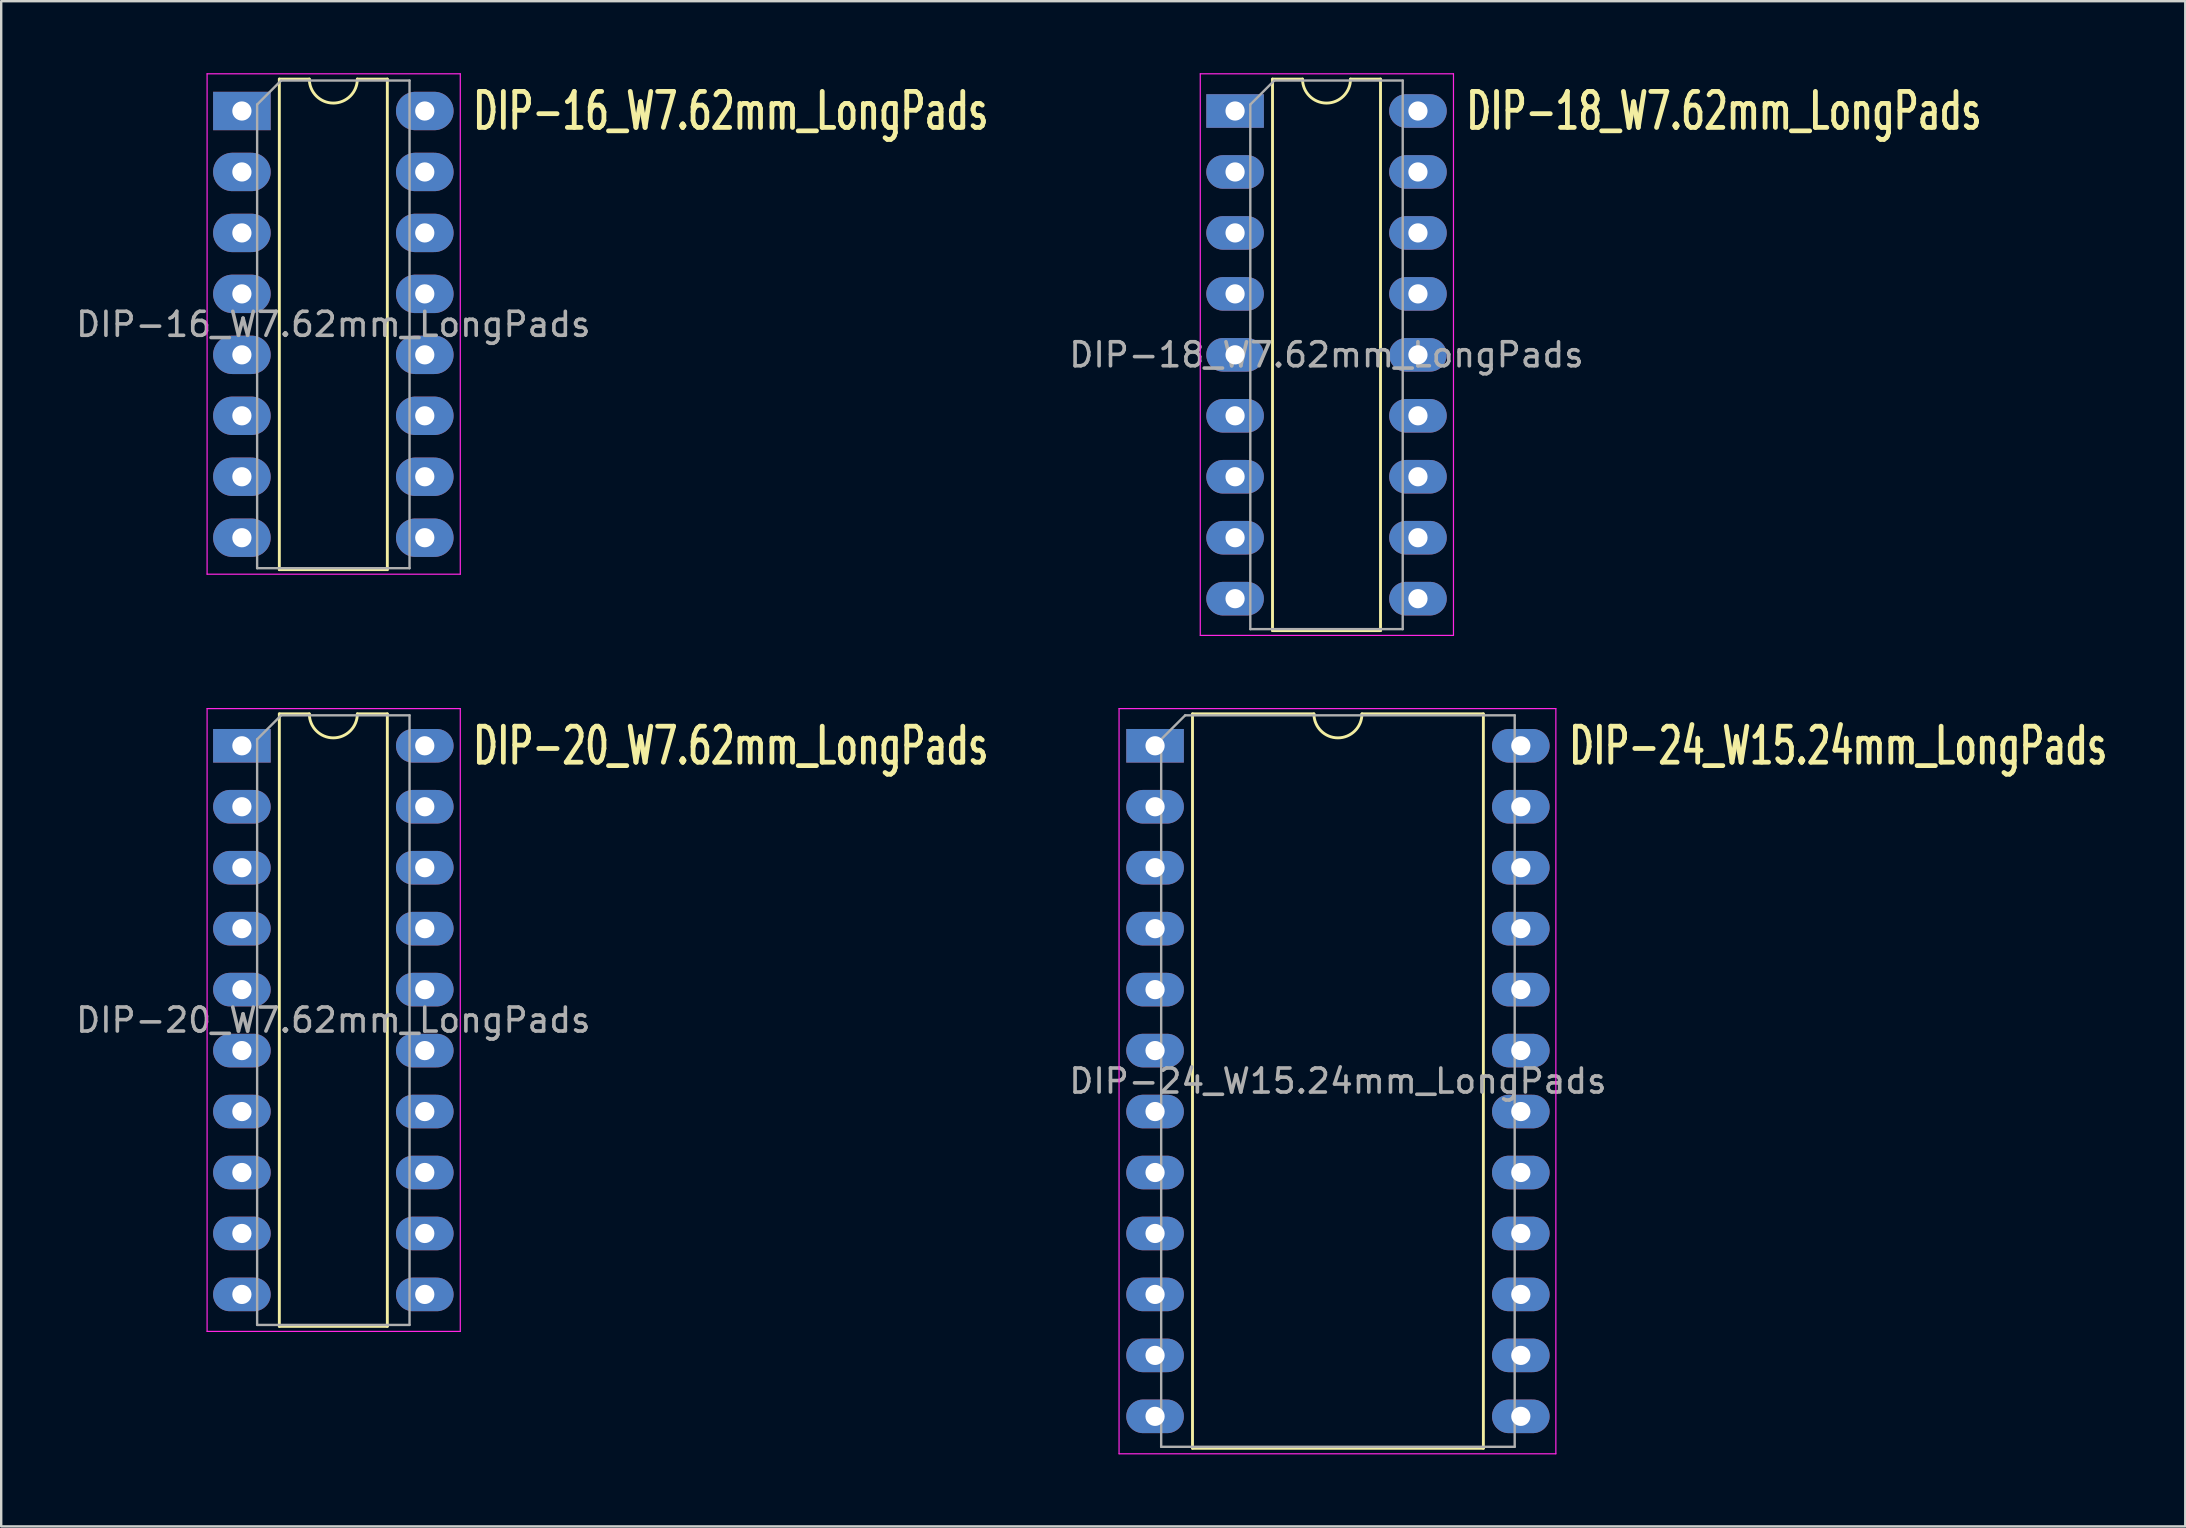
<source format=kicad_pcb>
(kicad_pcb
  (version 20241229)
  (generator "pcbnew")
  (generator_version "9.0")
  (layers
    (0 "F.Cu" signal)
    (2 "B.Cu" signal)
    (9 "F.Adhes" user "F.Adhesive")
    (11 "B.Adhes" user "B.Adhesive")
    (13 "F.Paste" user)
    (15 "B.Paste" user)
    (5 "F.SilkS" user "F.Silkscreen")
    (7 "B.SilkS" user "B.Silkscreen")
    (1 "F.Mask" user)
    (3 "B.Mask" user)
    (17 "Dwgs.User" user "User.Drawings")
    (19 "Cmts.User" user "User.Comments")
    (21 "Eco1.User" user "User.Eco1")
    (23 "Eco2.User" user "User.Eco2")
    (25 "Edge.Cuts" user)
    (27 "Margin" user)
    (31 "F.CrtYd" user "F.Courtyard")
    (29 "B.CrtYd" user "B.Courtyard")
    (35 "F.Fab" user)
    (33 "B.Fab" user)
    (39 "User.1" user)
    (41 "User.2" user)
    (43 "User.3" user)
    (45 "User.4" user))
  (footprint "DIP-20_W7.62mm_LongPads"
    (layer "F.Cu")
    (at 7.029 28.025)
    (property "Reference" "DIP-20_W7.62mm_LongPads" (at 9.525 0 0) (layer "F.SilkS") (effects (font (size 1.5 1) (thickness 0.2)) (justify left)))
    (attr through_hole)
    (fp_line (start 1.56 -1.33) (end 1.56 24.19) (stroke (width 0.12) (type solid)) (layer "F.SilkS"))
    (fp_line (start 1.56 24.19) (end 6.06 24.19) (stroke (width 0.12) (type solid)) (layer "F.SilkS"))
    (fp_line (start 2.81 -1.33) (end 1.56 -1.33) (stroke (width 0.12) (type solid)) (layer "F.SilkS"))
    (fp_line (start 6.06 -1.33) (end 4.81 -1.33) (stroke (width 0.12) (type solid)) (layer "F.SilkS"))
    (fp_line (start 6.06 24.19) (end 6.06 -1.33) (stroke (width 0.12) (type solid)) (layer "F.SilkS"))
    (fp_arc (start 4.81 -1.33) (mid 3.81 -0.33) (end 2.81 -1.33) (stroke (width 0.12) (type solid)) (layer "F.SilkS"))
    (fp_line (start -1.45 -1.55) (end -1.45 24.4) (stroke (width 0.05) (type solid)) (layer "F.CrtYd"))
    (fp_line (start -1.45 24.4) (end 9.1 24.4) (stroke (width 0.05) (type solid)) (layer "F.CrtYd"))
    (fp_line (start 9.1 -1.55) (end -1.45 -1.55) (stroke (width 0.05) (type solid)) (layer "F.CrtYd"))
    (fp_line (start 9.1 24.4) (end 9.1 -1.55) (stroke (width 0.05) (type solid)) (layer "F.CrtYd"))
    (fp_line (start 0.635 -0.27) (end 1.635 -1.27) (stroke (width 0.1) (type solid)) (layer "F.Fab"))
    (fp_line (start 0.635 24.13) (end 0.635 -0.27) (stroke (width 0.1) (type solid)) (layer "F.Fab"))
    (fp_line (start 1.635 -1.27) (end 6.985 -1.27) (stroke (width 0.1) (type solid)) (layer "F.Fab"))
    (fp_line (start 6.985 -1.27) (end 6.985 24.13) (stroke (width 0.1) (type solid)) (layer "F.Fab"))
    (fp_line (start 6.985 24.13) (end 0.635 24.13) (stroke (width 0.1) (type solid)) (layer "F.Fab"))
    (fp_text user "${REFERENCE}" (at 3.81 11.43 0) (layer "F.Fab") (effects (font (size 1 1) (thickness 0.15))))
    (pad "1" thru_hole rect (at 0 0) (size 2.4 1.4) (drill 0.8) (layers "*.Cu" "*.Mask"))
    (pad "2" thru_hole oval (at 0 2.54) (size 2.4 1.4) (drill 0.8) (layers "*.Cu" "*.Mask"))
    (pad "3" thru_hole oval (at 0 5.08) (size 2.4 1.4) (drill 0.8) (layers "*.Cu" "*.Mask"))
    (pad "4" thru_hole oval (at 0 7.62) (size 2.4 1.4) (drill 0.8) (layers "*.Cu" "*.Mask"))
    (pad "5" thru_hole oval (at 0 10.16) (size 2.4 1.4) (drill 0.8) (layers "*.Cu" "*.Mask"))
    (pad "6" thru_hole oval (at 0 12.7) (size 2.4 1.4) (drill 0.8) (layers "*.Cu" "*.Mask"))
    (pad "7" thru_hole oval (at 0 15.24) (size 2.4 1.4) (drill 0.8) (layers "*.Cu" "*.Mask"))
    (pad "8" thru_hole oval (at 0 17.78) (size 2.4 1.4) (drill 0.8) (layers "*.Cu" "*.Mask"))
    (pad "9" thru_hole oval (at 0 20.32) (size 2.4 1.4) (drill 0.8) (layers "*.Cu" "*.Mask"))
    (pad "10" thru_hole oval (at 0 22.86) (size 2.4 1.4) (drill 0.8) (layers "*.Cu" "*.Mask"))
    (pad "11" thru_hole oval (at 7.62 22.86) (size 2.4 1.4) (drill 0.8) (layers "*.Cu" "*.Mask"))
    (pad "12" thru_hole oval (at 7.62 20.32) (size 2.4 1.4) (drill 0.8) (layers "*.Cu" "*.Mask"))
    (pad "13" thru_hole oval (at 7.62 17.78) (size 2.4 1.4) (drill 0.8) (layers "*.Cu" "*.Mask"))
    (pad "14" thru_hole oval (at 7.62 15.24) (size 2.4 1.4) (drill 0.8) (layers "*.Cu" "*.Mask"))
    (pad "15" thru_hole oval (at 7.62 12.7) (size 2.4 1.4) (drill 0.8) (layers "*.Cu" "*.Mask"))
    (pad "16" thru_hole oval (at 7.62 10.16) (size 2.4 1.4) (drill 0.8) (layers "*.Cu" "*.Mask"))
    (pad "17" thru_hole oval (at 7.62 7.62) (size 2.4 1.4) (drill 0.8) (layers "*.Cu" "*.Mask"))
    (pad "18" thru_hole oval (at 7.62 5.08) (size 2.4 1.4) (drill 0.8) (layers "*.Cu" "*.Mask"))
    (pad "19" thru_hole oval (at 7.62 2.54) (size 2.4 1.4) (drill 0.8) (layers "*.Cu" "*.Mask"))
    (pad "20" thru_hole oval (at 7.62 0) (size 2.4 1.4) (drill 0.8) (layers "*.Cu" "*.Mask")))
  (footprint "DIP-16_W7.62mm_LongPads"
    (layer "F.Cu")
    (at 7.029 1.575)
    (property "Reference" "DIP-16_W7.62mm_LongPads" (at 9.525 0 0) (layer "F.SilkS") (effects (font (size 1.5 1) (thickness 0.2)) (justify left)))
    (attr through_hole)
    (fp_line (start 1.56 -1.33) (end 1.56 19.11) (stroke (width 0.12) (type solid)) (layer "F.SilkS"))
    (fp_line (start 1.56 19.11) (end 6.06 19.11) (stroke (width 0.12) (type solid)) (layer "F.SilkS"))
    (fp_line (start 2.81 -1.33) (end 1.56 -1.33) (stroke (width 0.12) (type solid)) (layer "F.SilkS"))
    (fp_line (start 6.06 -1.33) (end 4.81 -1.33) (stroke (width 0.12) (type solid)) (layer "F.SilkS"))
    (fp_line (start 6.06 19.11) (end 6.06 -1.33) (stroke (width 0.12) (type solid)) (layer "F.SilkS"))
    (fp_arc (start 4.81 -1.33) (mid 3.81 -0.33) (end 2.81 -1.33) (stroke (width 0.12) (type solid)) (layer "F.SilkS"))
    (fp_line (start -1.45 -1.55) (end -1.45 19.3) (stroke (width 0.05) (type solid)) (layer "F.CrtYd"))
    (fp_line (start -1.45 19.3) (end 9.1 19.3) (stroke (width 0.05) (type solid)) (layer "F.CrtYd"))
    (fp_line (start 9.1 -1.55) (end -1.45 -1.55) (stroke (width 0.05) (type solid)) (layer "F.CrtYd"))
    (fp_line (start 9.1 19.3) (end 9.1 -1.55) (stroke (width 0.05) (type solid)) (layer "F.CrtYd"))
    (fp_line (start 0.635 -0.27) (end 1.635 -1.27) (stroke (width 0.1) (type solid)) (layer "F.Fab"))
    (fp_line (start 0.635 19.05) (end 0.635 -0.27) (stroke (width 0.1) (type solid)) (layer "F.Fab"))
    (fp_line (start 1.635 -1.27) (end 6.985 -1.27) (stroke (width 0.1) (type solid)) (layer "F.Fab"))
    (fp_line (start 6.985 -1.27) (end 6.985 19.05) (stroke (width 0.1) (type solid)) (layer "F.Fab"))
    (fp_line (start 6.985 19.05) (end 0.635 19.05) (stroke (width 0.1) (type solid)) (layer "F.Fab"))
    (fp_text user "${REFERENCE}" (at 3.81 8.89 0) (layer "F.Fab") (effects (font (size 1 1) (thickness 0.15))))
    (pad "1" thru_hole rect (at 0 0) (size 2.4 1.6) (drill 0.8) (layers "*.Cu" "*.Mask"))
    (pad "2" thru_hole oval (at 0 2.54) (size 2.4 1.6) (drill 0.8) (layers "*.Cu" "*.Mask"))
    (pad "3" thru_hole oval (at 0 5.08) (size 2.4 1.6) (drill 0.8) (layers "*.Cu" "*.Mask"))
    (pad "4" thru_hole oval (at 0 7.62) (size 2.4 1.6) (drill 0.8) (layers "*.Cu" "*.Mask"))
    (pad "5" thru_hole oval (at 0 10.16) (size 2.4 1.6) (drill 0.8) (layers "*.Cu" "*.Mask"))
    (pad "6" thru_hole oval (at 0 12.7) (size 2.4 1.6) (drill 0.8) (layers "*.Cu" "*.Mask"))
    (pad "7" thru_hole oval (at 0 15.24) (size 2.4 1.6) (drill 0.8) (layers "*.Cu" "*.Mask"))
    (pad "8" thru_hole oval (at 0 17.78) (size 2.4 1.6) (drill 0.8) (layers "*.Cu" "*.Mask"))
    (pad "9" thru_hole oval (at 7.62 17.78) (size 2.4 1.6) (drill 0.8) (layers "*.Cu" "*.Mask"))
    (pad "10" thru_hole oval (at 7.62 15.24) (size 2.4 1.6) (drill 0.8) (layers "*.Cu" "*.Mask"))
    (pad "11" thru_hole oval (at 7.62 12.7) (size 2.4 1.6) (drill 0.8) (layers "*.Cu" "*.Mask"))
    (pad "12" thru_hole oval (at 7.62 10.16) (size 2.4 1.6) (drill 0.8) (layers "*.Cu" "*.Mask"))
    (pad "13" thru_hole oval (at 7.62 7.62) (size 2.4 1.6) (drill 0.8) (layers "*.Cu" "*.Mask"))
    (pad "14" thru_hole oval (at 7.62 5.08) (size 2.4 1.6) (drill 0.8) (layers "*.Cu" "*.Mask"))
    (pad "15" thru_hole oval (at 7.62 2.54) (size 2.4 1.6) (drill 0.8) (layers "*.Cu" "*.Mask"))
    (pad "16" thru_hole oval (at 7.62 0) (size 2.4 1.6) (drill 0.8) (layers "*.Cu" "*.Mask")))
  (footprint "DIP-18_W7.62mm_LongPads"
    (layer "F.Cu")
    (at 48.412 1.575)
    (property "Reference" "DIP-18_W7.62mm_LongPads" (at 9.525 0 0) (layer "F.SilkS") (effects (font (size 1.5 1) (thickness 0.2)) (justify left)))
    (attr through_hole)
    (fp_line (start 1.56 -1.33) (end 1.56 21.65) (stroke (width 0.12) (type solid)) (layer "F.SilkS"))
    (fp_line (start 1.56 21.65) (end 6.06 21.65) (stroke (width 0.12) (type solid)) (layer "F.SilkS"))
    (fp_line (start 2.81 -1.33) (end 1.56 -1.33) (stroke (width 0.12) (type solid)) (layer "F.SilkS"))
    (fp_line (start 6.06 -1.33) (end 4.81 -1.33) (stroke (width 0.12) (type solid)) (layer "F.SilkS"))
    (fp_line (start 6.06 21.65) (end 6.06 -1.33) (stroke (width 0.12) (type solid)) (layer "F.SilkS"))
    (fp_arc (start 4.81 -1.33) (mid 3.81 -0.33) (end 2.81 -1.33) (stroke (width 0.12) (type solid)) (layer "F.SilkS"))
    (fp_line (start -1.45 -1.55) (end -1.45 21.85) (stroke (width 0.05) (type solid)) (layer "F.CrtYd"))
    (fp_line (start -1.45 21.85) (end 9.1 21.85) (stroke (width 0.05) (type solid)) (layer "F.CrtYd"))
    (fp_line (start 9.1 -1.55) (end -1.45 -1.55) (stroke (width 0.05) (type solid)) (layer "F.CrtYd"))
    (fp_line (start 9.1 21.85) (end 9.1 -1.55) (stroke (width 0.05) (type solid)) (layer "F.CrtYd"))
    (fp_line (start 0.635 -0.27) (end 1.635 -1.27) (stroke (width 0.1) (type solid)) (layer "F.Fab"))
    (fp_line (start 0.635 21.59) (end 0.635 -0.27) (stroke (width 0.1) (type solid)) (layer "F.Fab"))
    (fp_line (start 1.635 -1.27) (end 6.985 -1.27) (stroke (width 0.1) (type solid)) (layer "F.Fab"))
    (fp_line (start 6.985 -1.27) (end 6.985 21.59) (stroke (width 0.1) (type solid)) (layer "F.Fab"))
    (fp_line (start 6.985 21.59) (end 0.635 21.59) (stroke (width 0.1) (type solid)) (layer "F.Fab"))
    (fp_text user "${REFERENCE}" (at 3.81 10.16 0) (layer "F.Fab") (effects (font (size 1 1) (thickness 0.15))))
    (pad "1" thru_hole rect (at 0 0) (size 2.4 1.4) (drill 0.8) (layers "*.Cu" "*.Mask"))
    (pad "2" thru_hole oval (at 0 2.54) (size 2.4 1.4) (drill 0.8) (layers "*.Cu" "*.Mask"))
    (pad "3" thru_hole oval (at 0 5.08) (size 2.4 1.4) (drill 0.8) (layers "*.Cu" "*.Mask"))
    (pad "4" thru_hole oval (at 0 7.62) (size 2.4 1.4) (drill 0.8) (layers "*.Cu" "*.Mask"))
    (pad "5" thru_hole oval (at 0 10.16) (size 2.4 1.4) (drill 0.8) (layers "*.Cu" "*.Mask"))
    (pad "6" thru_hole oval (at 0 12.7) (size 2.4 1.4) (drill 0.8) (layers "*.Cu" "*.Mask"))
    (pad "7" thru_hole oval (at 0 15.24) (size 2.4 1.4) (drill 0.8) (layers "*.Cu" "*.Mask"))
    (pad "8" thru_hole oval (at 0 17.78) (size 2.4 1.4) (drill 0.8) (layers "*.Cu" "*.Mask"))
    (pad "9" thru_hole oval (at 0 20.32) (size 2.4 1.4) (drill 0.8) (layers "*.Cu" "*.Mask"))
    (pad "10" thru_hole oval (at 7.62 20.32) (size 2.4 1.4) (drill 0.8) (layers "*.Cu" "*.Mask"))
    (pad "11" thru_hole oval (at 7.62 17.78) (size 2.4 1.4) (drill 0.8) (layers "*.Cu" "*.Mask"))
    (pad "12" thru_hole oval (at 7.62 15.24) (size 2.4 1.4) (drill 0.8) (layers "*.Cu" "*.Mask"))
    (pad "13" thru_hole oval (at 7.62 12.7) (size 2.4 1.4) (drill 0.8) (layers "*.Cu" "*.Mask"))
    (pad "14" thru_hole oval (at 7.62 10.16) (size 2.4 1.4) (drill 0.8) (layers "*.Cu" "*.Mask"))
    (pad "15" thru_hole oval (at 7.62 7.62) (size 2.4 1.4) (drill 0.8) (layers "*.Cu" "*.Mask"))
    (pad "16" thru_hole oval (at 7.62 5.08) (size 2.4 1.4) (drill 0.8) (layers "*.Cu" "*.Mask"))
    (pad "17" thru_hole oval (at 7.62 2.54) (size 2.4 1.4) (drill 0.8) (layers "*.Cu" "*.Mask"))
    (pad "18" thru_hole oval (at 7.62 0) (size 2.4 1.4) (drill 0.8) (layers "*.Cu" "*.Mask")))
  (footprint "DIP-24_W15.24mm_LongPads"
    (layer "F.Cu")
    (at 45.078 28.025)
    (property "Reference" "DIP-24_W15.24mm_LongPads" (at 17.145 0 0) (layer "F.SilkS") (effects (font (size 1.5 1) (thickness 0.2)) (justify left)))
    (attr through_hole)
    (fp_line (start 1.56 -1.33) (end 1.56 29.27) (stroke (width 0.12) (type solid)) (layer "F.SilkS"))
    (fp_line (start 1.56 29.27) (end 13.68 29.27) (stroke (width 0.12) (type solid)) (layer "F.SilkS"))
    (fp_line (start 6.62 -1.33) (end 1.56 -1.33) (stroke (width 0.12) (type solid)) (layer "F.SilkS"))
    (fp_line (start 13.68 -1.33) (end 8.62 -1.33) (stroke (width 0.12) (type solid)) (layer "F.SilkS"))
    (fp_line (start 13.68 29.27) (end 13.68 -1.33) (stroke (width 0.12) (type solid)) (layer "F.SilkS"))
    (fp_arc (start 8.62 -1.33) (mid 7.62 -0.33) (end 6.62 -1.33) (stroke (width 0.12) (type solid)) (layer "F.SilkS"))
    (fp_line (start -1.5 -1.55) (end -1.5 29.5) (stroke (width 0.05) (type solid)) (layer "F.CrtYd"))
    (fp_line (start -1.5 29.5) (end 16.7 29.5) (stroke (width 0.05) (type solid)) (layer "F.CrtYd"))
    (fp_line (start 16.7 -1.55) (end -1.5 -1.55) (stroke (width 0.05) (type solid)) (layer "F.CrtYd"))
    (fp_line (start 16.7 29.5) (end 16.7 -1.55) (stroke (width 0.05) (type solid)) (layer "F.CrtYd"))
    (fp_line (start 0.255 -0.27) (end 1.255 -1.27) (stroke (width 0.1) (type solid)) (layer "F.Fab"))
    (fp_line (start 0.255 29.21) (end 0.255 -0.27) (stroke (width 0.1) (type solid)) (layer "F.Fab"))
    (fp_line (start 1.255 -1.27) (end 14.985 -1.27) (stroke (width 0.1) (type solid)) (layer "F.Fab"))
    (fp_line (start 14.985 -1.27) (end 14.985 29.21) (stroke (width 0.1) (type solid)) (layer "F.Fab"))
    (fp_line (start 14.985 29.21) (end 0.255 29.21) (stroke (width 0.1) (type solid)) (layer "F.Fab"))
    (fp_text user "${REFERENCE}" (at 7.62 13.97 0) (layer "F.Fab") (effects (font (size 1 1) (thickness 0.15))))
    (pad "1" thru_hole rect (at 0 0) (size 2.4 1.4) (drill 0.8) (layers "*.Cu" "*.Mask"))
    (pad "2" thru_hole oval (at 0 2.54) (size 2.4 1.4) (drill 0.8) (layers "*.Cu" "*.Mask"))
    (pad "3" thru_hole oval (at 0 5.08) (size 2.4 1.4) (drill 0.8) (layers "*.Cu" "*.Mask"))
    (pad "4" thru_hole oval (at 0 7.62) (size 2.4 1.4) (drill 0.8) (layers "*.Cu" "*.Mask"))
    (pad "5" thru_hole oval (at 0 10.16) (size 2.4 1.4) (drill 0.8) (layers "*.Cu" "*.Mask"))
    (pad "6" thru_hole oval (at 0 12.7) (size 2.4 1.4) (drill 0.8) (layers "*.Cu" "*.Mask"))
    (pad "7" thru_hole oval (at 0 15.24) (size 2.4 1.4) (drill 0.8) (layers "*.Cu" "*.Mask"))
    (pad "8" thru_hole oval (at 0 17.78) (size 2.4 1.4) (drill 0.8) (layers "*.Cu" "*.Mask"))
    (pad "9" thru_hole oval (at 0 20.32) (size 2.4 1.4) (drill 0.8) (layers "*.Cu" "*.Mask"))
    (pad "10" thru_hole oval (at 0 22.86) (size 2.4 1.4) (drill 0.8) (layers "*.Cu" "*.Mask"))
    (pad "11" thru_hole oval (at 0 25.4) (size 2.4 1.4) (drill 0.8) (layers "*.Cu" "*.Mask"))
    (pad "12" thru_hole oval (at 0 27.94) (size 2.4 1.4) (drill 0.8) (layers "*.Cu" "*.Mask"))
    (pad "13" thru_hole oval (at 15.24 27.94) (size 2.4 1.4) (drill 0.8) (layers "*.Cu" "*.Mask"))
    (pad "14" thru_hole oval (at 15.24 25.4) (size 2.4 1.4) (drill 0.8) (layers "*.Cu" "*.Mask"))
    (pad "15" thru_hole oval (at 15.24 22.86) (size 2.4 1.4) (drill 0.8) (layers "*.Cu" "*.Mask"))
    (pad "16" thru_hole oval (at 15.24 20.32) (size 2.4 1.4) (drill 0.8) (layers "*.Cu" "*.Mask"))
    (pad "17" thru_hole oval (at 15.24 17.78) (size 2.4 1.4) (drill 0.8) (layers "*.Cu" "*.Mask"))
    (pad "18" thru_hole oval (at 15.24 15.24) (size 2.4 1.4) (drill 0.8) (layers "*.Cu" "*.Mask"))
    (pad "19" thru_hole oval (at 15.24 12.7) (size 2.4 1.4) (drill 0.8) (layers "*.Cu" "*.Mask"))
    (pad "20" thru_hole oval (at 15.24 10.16) (size 2.4 1.4) (drill 0.8) (layers "*.Cu" "*.Mask"))
    (pad "21" thru_hole oval (at 15.24 7.62) (size 2.4 1.4) (drill 0.8) (layers "*.Cu" "*.Mask"))
    (pad "22" thru_hole oval (at 15.24 5.08) (size 2.4 1.4) (drill 0.8) (layers "*.Cu" "*.Mask"))
    (pad "23" thru_hole oval (at 15.24 2.54) (size 2.4 1.4) (drill 0.8) (layers "*.Cu" "*.Mask"))
    (pad "24" thru_hole oval (at 15.24 0) (size 2.4 1.4) (drill 0.8) (layers "*.Cu" "*.Mask")))
  (gr_rect
    (start -3 -3)
    (end 88.004 60.55)
    (stroke (width 0.1) (type default))
    (fill no)
    (layer "Edge.Cuts")))
</source>
